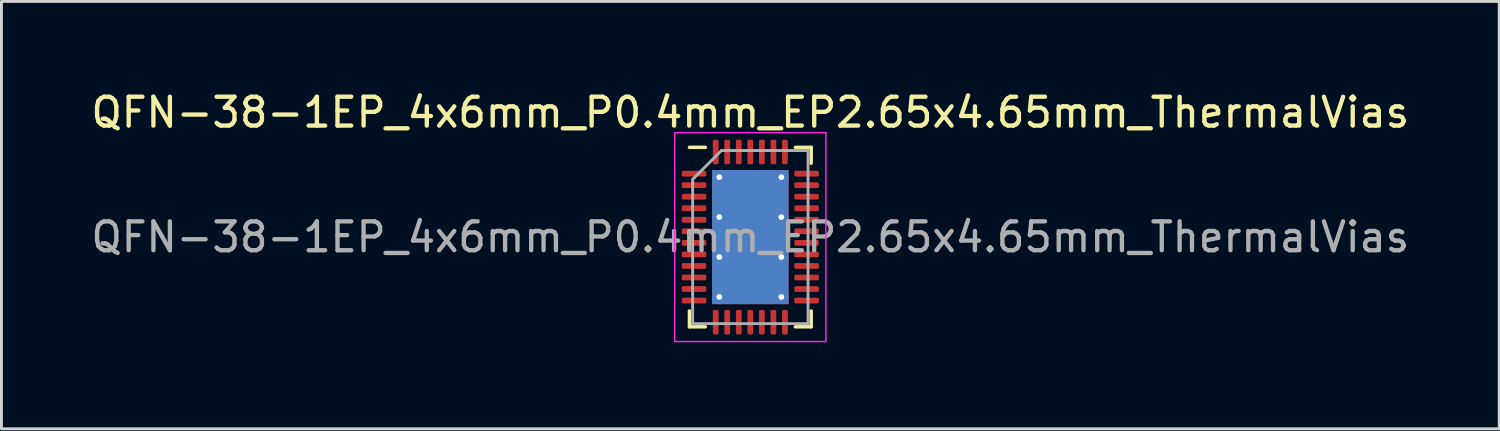
<source format=kicad_pcb>
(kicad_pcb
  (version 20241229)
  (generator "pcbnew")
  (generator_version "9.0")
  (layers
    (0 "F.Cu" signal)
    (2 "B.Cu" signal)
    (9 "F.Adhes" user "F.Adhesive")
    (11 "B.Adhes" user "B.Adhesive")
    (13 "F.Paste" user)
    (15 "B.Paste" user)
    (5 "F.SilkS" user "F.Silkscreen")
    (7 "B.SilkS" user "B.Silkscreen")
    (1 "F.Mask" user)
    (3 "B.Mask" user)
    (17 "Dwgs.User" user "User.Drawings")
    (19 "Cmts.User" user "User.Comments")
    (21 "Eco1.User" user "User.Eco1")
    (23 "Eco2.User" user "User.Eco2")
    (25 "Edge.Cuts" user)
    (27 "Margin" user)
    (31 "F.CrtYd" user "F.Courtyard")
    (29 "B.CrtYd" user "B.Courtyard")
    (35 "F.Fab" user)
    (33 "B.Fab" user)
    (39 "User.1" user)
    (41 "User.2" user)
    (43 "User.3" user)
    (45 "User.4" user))
  (footprint "QFN-38-1EP_4x6mm_P0.4mm_EP2.65x4.65mm_ThermalVias"
    (layer "F.Cu")
    (at 22.958 5.168)
    (property "Reference" "QFN-38-1EP_4x6mm_P0.4mm_EP2.65x4.65mm_ThermalVias" (at 0 -4.32 0) (layer "F.SilkS") (effects (font (size 1 1) (thickness 0.15))))
    (attr smd)
    (fp_line (start -2.11 3.11) (end -2.11 2.56) (stroke (width 0.12) (type solid)) (layer "F.SilkS"))
    (fp_line (start -1.56 -3.11) (end -2.11 -3.11) (stroke (width 0.12) (type solid)) (layer "F.SilkS"))
    (fp_line (start -1.56 3.11) (end -2.11 3.11) (stroke (width 0.12) (type solid)) (layer "F.SilkS"))
    (fp_line (start 1.56 -3.11) (end 2.11 -3.11) (stroke (width 0.12) (type solid)) (layer "F.SilkS"))
    (fp_line (start 1.56 3.11) (end 2.11 3.11) (stroke (width 0.12) (type solid)) (layer "F.SilkS"))
    (fp_line (start 2.11 -3.11) (end 2.11 -2.56) (stroke (width 0.12) (type solid)) (layer "F.SilkS"))
    (fp_line (start 2.11 3.11) (end 2.11 2.56) (stroke (width 0.12) (type solid)) (layer "F.SilkS"))
    (fp_line (start -2.62 -3.62) (end -2.62 3.62) (stroke (width 0.05) (type solid)) (layer "F.CrtYd"))
    (fp_line (start -2.62 3.62) (end 2.62 3.62) (stroke (width 0.05) (type solid)) (layer "F.CrtYd"))
    (fp_line (start 2.62 -3.62) (end -2.62 -3.62) (stroke (width 0.05) (type solid)) (layer "F.CrtYd"))
    (fp_line (start 2.62 3.62) (end 2.62 -3.62) (stroke (width 0.05) (type solid)) (layer "F.CrtYd"))
    (fp_line (start -2 -2) (end -1 -3) (stroke (width 0.1) (type solid)) (layer "F.Fab"))
    (fp_line (start -2 3) (end -2 -2) (stroke (width 0.1) (type solid)) (layer "F.Fab"))
    (fp_line (start -1 -3) (end 2 -3) (stroke (width 0.1) (type solid)) (layer "F.Fab"))
    (fp_line (start 2 -3) (end 2 3) (stroke (width 0.1) (type solid)) (layer "F.Fab"))
    (fp_line (start 2 3) (end -2 3) (stroke (width 0.1) (type solid)) (layer "F.Fab"))
    (fp_text user "${REFERENCE}" (at 0 0 0) (layer "F.Fab") (effects (font (size 1 1) (thickness 0.15))))
    (pad "" smd roundrect (at -0.66 -1.74) (size 1.15 1.01) (layers "F.Paste") (roundrect_rratio 0.248))
    (pad "" smd roundrect (at -0.66 -0.58) (size 1.15 1.01) (layers "F.Paste") (roundrect_rratio 0.248))
    (pad "" smd roundrect (at -0.66 0.58) (size 1.15 1.01) (layers "F.Paste") (roundrect_rratio 0.248))
    (pad "" smd roundrect (at -0.66 1.74) (size 1.15 1.01) (layers "F.Paste") (roundrect_rratio 0.248))
    (pad "" smd roundrect (at 0.66 -1.74) (size 1.15 1.01) (layers "F.Paste") (roundrect_rratio 0.248))
    (pad "" smd roundrect (at 0.66 -0.58) (size 1.15 1.01) (layers "F.Paste") (roundrect_rratio 0.248))
    (pad "" smd roundrect (at 0.66 0.58) (size 1.15 1.01) (layers "F.Paste") (roundrect_rratio 0.248))
    (pad "" smd roundrect (at 0.66 1.74) (size 1.15 1.01) (layers "F.Paste") (roundrect_rratio 0.248))
    (pad "1" smd roundrect (at -1.95 -2.2) (size 0.85 0.2) (layers "F.Cu" "F.Mask" "F.Paste") (roundrect_rratio 0.25))
    (pad "2" smd roundrect (at -1.95 -1.8) (size 0.85 0.2) (layers "F.Cu" "F.Mask" "F.Paste") (roundrect_rratio 0.25))
    (pad "3" smd roundrect (at -1.95 -1.4) (size 0.85 0.2) (layers "F.Cu" "F.Mask" "F.Paste") (roundrect_rratio 0.25))
    (pad "4" smd roundrect (at -1.95 -1) (size 0.85 0.2) (layers "F.Cu" "F.Mask" "F.Paste") (roundrect_rratio 0.25))
    (pad "5" smd roundrect (at -1.95 -0.6) (size 0.85 0.2) (layers "F.Cu" "F.Mask" "F.Paste") (roundrect_rratio 0.25))
    (pad "6" smd roundrect (at -1.95 -0.2) (size 0.85 0.2) (layers "F.Cu" "F.Mask" "F.Paste") (roundrect_rratio 0.25))
    (pad "7" smd roundrect (at -1.95 0.2) (size 0.85 0.2) (layers "F.Cu" "F.Mask" "F.Paste") (roundrect_rratio 0.25))
    (pad "8" smd roundrect (at -1.95 0.6) (size 0.85 0.2) (layers "F.Cu" "F.Mask" "F.Paste") (roundrect_rratio 0.25))
    (pad "9" smd roundrect (at -1.95 1) (size 0.85 0.2) (layers "F.Cu" "F.Mask" "F.Paste") (roundrect_rratio 0.25))
    (pad "10" smd roundrect (at -1.95 1.4) (size 0.85 0.2) (layers "F.Cu" "F.Mask" "F.Paste") (roundrect_rratio 0.25))
    (pad "11" smd roundrect (at -1.95 1.8) (size 0.85 0.2) (layers "F.Cu" "F.Mask" "F.Paste") (roundrect_rratio 0.25))
    (pad "12" smd roundrect (at -1.95 2.2) (size 0.85 0.2) (layers "F.Cu" "F.Mask" "F.Paste") (roundrect_rratio 0.25))
    (pad "13" smd roundrect (at -1.2 2.95) (size 0.2 0.85) (layers "F.Cu" "F.Mask" "F.Paste") (roundrect_rratio 0.25))
    (pad "14" smd roundrect (at -0.8 2.95) (size 0.2 0.85) (layers "F.Cu" "F.Mask" "F.Paste") (roundrect_rratio 0.25))
    (pad "15" smd roundrect (at -0.4 2.95) (size 0.2 0.85) (layers "F.Cu" "F.Mask" "F.Paste") (roundrect_rratio 0.25))
    (pad "16" smd roundrect (at 0 2.95) (size 0.2 0.85) (layers "F.Cu" "F.Mask" "F.Paste") (roundrect_rratio 0.25))
    (pad "17" smd roundrect (at 0.4 2.95) (size 0.2 0.85) (layers "F.Cu" "F.Mask" "F.Paste") (roundrect_rratio 0.25))
    (pad "18" smd roundrect (at 0.8 2.95) (size 0.2 0.85) (layers "F.Cu" "F.Mask" "F.Paste") (roundrect_rratio 0.25))
    (pad "19" smd roundrect (at 1.2 2.95) (size 0.2 0.85) (layers "F.Cu" "F.Mask" "F.Paste") (roundrect_rratio 0.25))
    (pad "20" smd roundrect (at 1.95 2.2) (size 0.85 0.2) (layers "F.Cu" "F.Mask" "F.Paste") (roundrect_rratio 0.25))
    (pad "21" smd roundrect (at 1.95 1.8) (size 0.85 0.2) (layers "F.Cu" "F.Mask" "F.Paste") (roundrect_rratio 0.25))
    (pad "22" smd roundrect (at 1.95 1.4) (size 0.85 0.2) (layers "F.Cu" "F.Mask" "F.Paste") (roundrect_rratio 0.25))
    (pad "23" smd roundrect (at 1.95 1) (size 0.85 0.2) (layers "F.Cu" "F.Mask" "F.Paste") (roundrect_rratio 0.25))
    (pad "24" smd roundrect (at 1.95 0.6) (size 0.85 0.2) (layers "F.Cu" "F.Mask" "F.Paste") (roundrect_rratio 0.25))
    (pad "25" smd roundrect (at 1.95 0.2) (size 0.85 0.2) (layers "F.Cu" "F.Mask" "F.Paste") (roundrect_rratio 0.25))
    (pad "26" smd roundrect (at 1.95 -0.2) (size 0.85 0.2) (layers "F.Cu" "F.Mask" "F.Paste") (roundrect_rratio 0.25))
    (pad "27" smd roundrect (at 1.95 -0.6) (size 0.85 0.2) (layers "F.Cu" "F.Mask" "F.Paste") (roundrect_rratio 0.25))
    (pad "28" smd roundrect (at 1.95 -1) (size 0.85 0.2) (layers "F.Cu" "F.Mask" "F.Paste") (roundrect_rratio 0.25))
    (pad "29" smd roundrect (at 1.95 -1.4) (size 0.85 0.2) (layers "F.Cu" "F.Mask" "F.Paste") (roundrect_rratio 0.25))
    (pad "30" smd roundrect (at 1.95 -1.8) (size 0.85 0.2) (layers "F.Cu" "F.Mask" "F.Paste") (roundrect_rratio 0.25))
    (pad "31" smd roundrect (at 1.95 -2.2) (size 0.85 0.2) (layers "F.Cu" "F.Mask" "F.Paste") (roundrect_rratio 0.25))
    (pad "32" smd roundrect (at 1.2 -2.95) (size 0.2 0.85) (layers "F.Cu" "F.Mask" "F.Paste") (roundrect_rratio 0.25))
    (pad "33" smd roundrect (at 0.8 -2.95) (size 0.2 0.85) (layers "F.Cu" "F.Mask" "F.Paste") (roundrect_rratio 0.25))
    (pad "34" smd roundrect (at 0.4 -2.95) (size 0.2 0.85) (layers "F.Cu" "F.Mask" "F.Paste") (roundrect_rratio 0.25))
    (pad "35" smd roundrect (at 0 -2.95) (size 0.2 0.85) (layers "F.Cu" "F.Mask" "F.Paste") (roundrect_rratio 0.25))
    (pad "36" smd roundrect (at -0.4 -2.95) (size 0.2 0.85) (layers "F.Cu" "F.Mask" "F.Paste") (roundrect_rratio 0.25))
    (pad "37" smd roundrect (at -0.8 -2.95) (size 0.2 0.85) (layers "F.Cu" "F.Mask" "F.Paste") (roundrect_rratio 0.25))
    (pad "38" smd roundrect (at -1.2 -2.95) (size 0.2 0.85) (layers "F.Cu" "F.Mask" "F.Paste") (roundrect_rratio 0.25))
    (pad "39" thru_hole circle (at -1.075 -2.075) (size 0.5 0.5) (drill 0.2) (layers "*.Cu"))
    (pad "39" thru_hole circle (at -1.075 -0.692) (size 0.5 0.5) (drill 0.2) (layers "*.Cu"))
    (pad "39" thru_hole circle (at -1.075 0.692) (size 0.5 0.5) (drill 0.2) (layers "*.Cu"))
    (pad "39" thru_hole circle (at -1.075 2.075) (size 0.5 0.5) (drill 0.2) (layers "*.Cu"))
    (pad "39" smd rect (at 0 0) (size 2.65 4.65) (layers "F.Cu" "F.Mask"))
    (pad "39" smd rect (at 0 0) (size 2.65 4.65) (layers "B.Cu"))
    (pad "39" thru_hole circle (at 1.075 -2.075) (size 0.5 0.5) (drill 0.2) (layers "*.Cu"))
    (pad "39" thru_hole circle (at 1.075 -0.692) (size 0.5 0.5) (drill 0.2) (layers "*.Cu"))
    (pad "39" thru_hole circle (at 1.075 0.692) (size 0.5 0.5) (drill 0.2) (layers "*.Cu"))
    (pad "39" thru_hole circle (at 1.075 2.075) (size 0.5 0.5) (drill 0.2) (layers "*.Cu")))
  (gr_rect
    (start -3 -3)
    (end 48.917 11.813)
    (stroke (width 0.1) (type default))
    (fill no)
    (layer "Edge.Cuts")))
</source>
